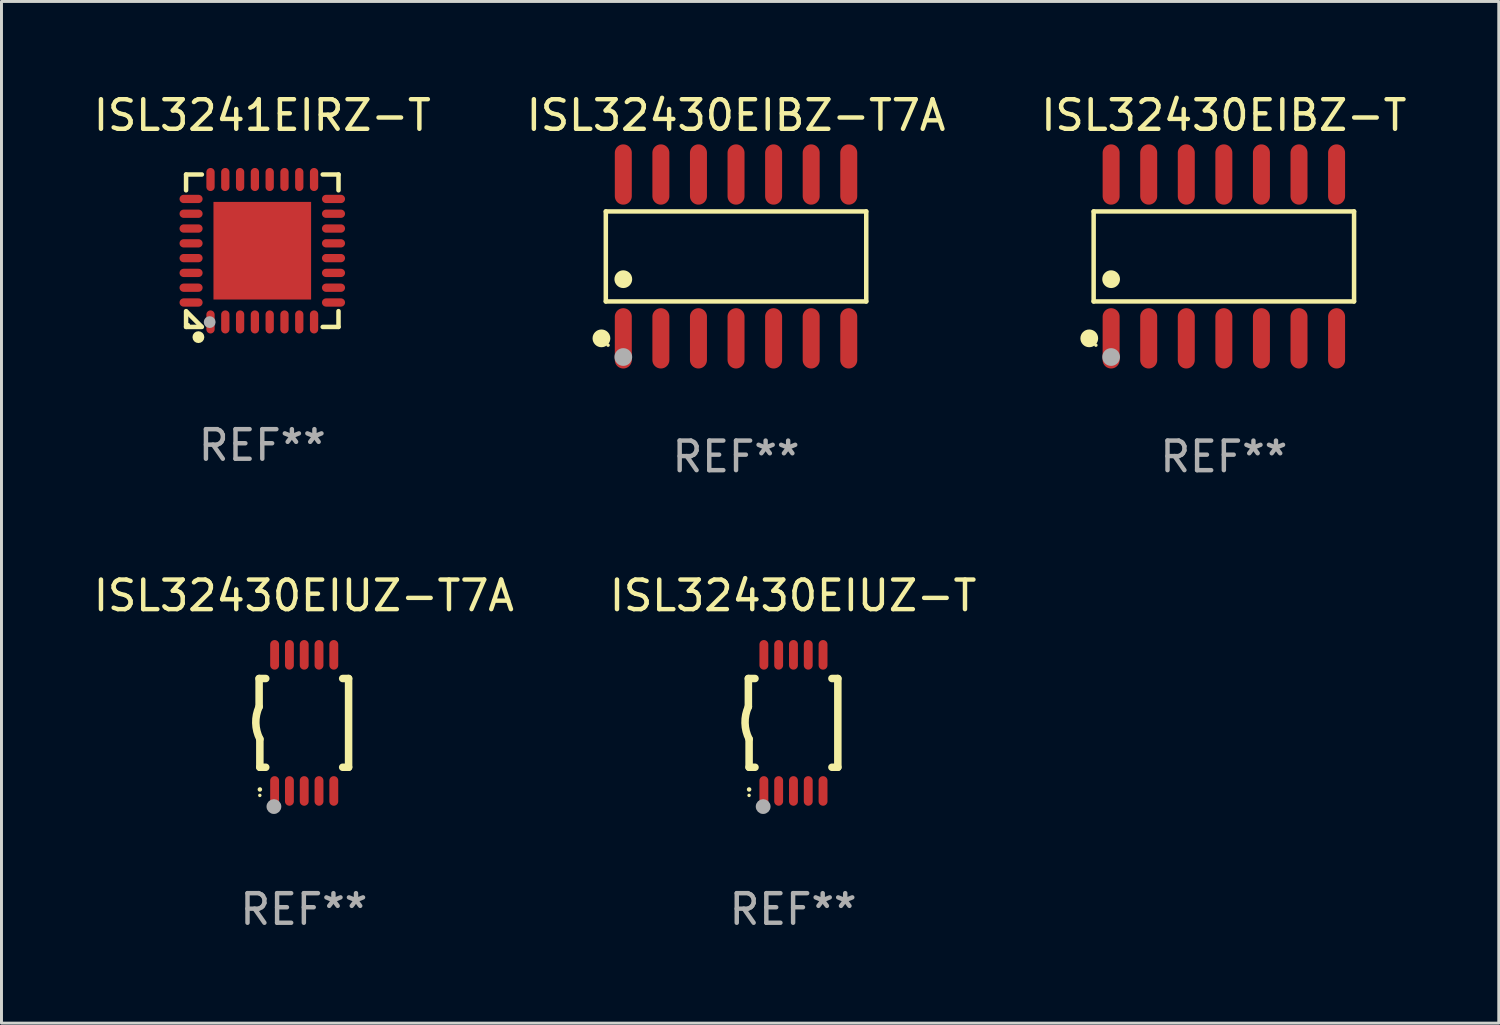
<source format=kicad_pcb>
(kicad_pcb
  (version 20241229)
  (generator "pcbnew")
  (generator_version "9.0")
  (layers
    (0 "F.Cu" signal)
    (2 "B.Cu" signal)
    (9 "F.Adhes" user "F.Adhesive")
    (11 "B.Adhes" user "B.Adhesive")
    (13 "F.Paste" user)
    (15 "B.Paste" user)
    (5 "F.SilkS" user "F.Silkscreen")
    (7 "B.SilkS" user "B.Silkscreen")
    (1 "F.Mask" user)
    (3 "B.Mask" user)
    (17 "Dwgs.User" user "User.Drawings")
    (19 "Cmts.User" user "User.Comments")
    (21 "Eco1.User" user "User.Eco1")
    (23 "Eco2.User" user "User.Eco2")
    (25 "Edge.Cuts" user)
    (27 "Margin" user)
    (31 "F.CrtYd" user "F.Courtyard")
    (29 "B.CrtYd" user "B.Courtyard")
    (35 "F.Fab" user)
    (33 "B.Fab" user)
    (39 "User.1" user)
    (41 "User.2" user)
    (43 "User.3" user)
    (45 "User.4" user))
  (footprint "ISL32430EIBZ-T7A"
    (layer "F.Cu")
    (at 21.827 5.617)
    (property "Reference" "ISL32430EIBZ-T7A" (at 0 -4.769 0) (layer "F.SilkS") (effects (font (size 1 1) (thickness 0.15))))
    (attr through_hole)
    (fp_line (start -4.401 -1.521) (end 4.401 -1.521) (stroke (width 0.152) (type solid)) (layer "F.SilkS"))
    (fp_line (start -4.401 1.521) (end -4.401 -1.521) (stroke (width 0.152) (type solid)) (layer "F.SilkS"))
    (fp_line (start 4.401 -1.521) (end 4.401 1.521) (stroke (width 0.152) (type solid)) (layer "F.SilkS"))
    (fp_line (start 4.401 1.521) (end -4.401 1.521) (stroke (width 0.152) (type solid)) (layer "F.SilkS"))
    (fp_circle (center -4.549 2.769) (end -4.399 2.769) (stroke (width 0.3) (type solid)) (fill no) (layer "F.SilkS"))
    (fp_circle (center -4.325 3) (end -4.295 3) (stroke (width 0.06) (type solid)) (fill no) (layer "F.SilkS"))
    (fp_circle (center -3.81 0.769) (end -3.66 0.769) (stroke (width 0.3) (type solid)) (fill no) (layer "F.SilkS"))
    (fp_circle (center -3.81 3.4) (end -3.66 3.4) (stroke (width 0.3) (type solid)) (fill no) (layer "F.Fab"))
    (fp_text user "REF**" (at 0 6.769 0) (layer "F.Fab") (effects (font (size 1 1) (thickness 0.15))))
    (pad "1" smd oval (at -3.81 2.769) (size 0.574 2.038) (layers "F.Cu" "F.Mask" "F.Paste"))
    (pad "2" smd oval (at -2.54 2.769) (size 0.574 2.038) (layers "F.Cu" "F.Mask" "F.Paste"))
    (pad "3" smd oval (at -1.27 2.769) (size 0.574 2.038) (layers "F.Cu" "F.Mask" "F.Paste"))
    (pad "4" smd oval (at 0 2.769) (size 0.574 2.038) (layers "F.Cu" "F.Mask" "F.Paste"))
    (pad "5" smd oval (at 1.27 2.769) (size 0.574 2.038) (layers "F.Cu" "F.Mask" "F.Paste"))
    (pad "6" smd oval (at 2.54 2.769) (size 0.574 2.038) (layers "F.Cu" "F.Mask" "F.Paste"))
    (pad "7" smd oval (at 3.81 2.769) (size 0.574 2.038) (layers "F.Cu" "F.Mask" "F.Paste"))
    (pad "8" smd oval (at 3.81 -2.769) (size 0.574 2.038) (layers "F.Cu" "F.Mask" "F.Paste"))
    (pad "9" smd oval (at 2.54 -2.769) (size 0.574 2.038) (layers "F.Cu" "F.Mask" "F.Paste"))
    (pad "10" smd oval (at 1.27 -2.769) (size 0.574 2.038) (layers "F.Cu" "F.Mask" "F.Paste"))
    (pad "11" smd oval (at 0 -2.769) (size 0.574 2.038) (layers "F.Cu" "F.Mask" "F.Paste"))
    (pad "12" smd oval (at -1.27 -2.769) (size 0.574 2.038) (layers "F.Cu" "F.Mask" "F.Paste"))
    (pad "13" smd oval (at -2.54 -2.769) (size 0.574 2.038) (layers "F.Cu" "F.Mask" "F.Paste"))
    (pad "14" smd oval (at -3.81 -2.769) (size 0.574 2.038) (layers "F.Cu" "F.Mask" "F.Paste")))
  (footprint "ISL32430EIUZ-T7A"
    (layer "F.Cu")
    (at 7.22 21.383)
    (property "Reference" "ISL32430EIUZ-T7A" (at 0 -4.3 0) (layer "F.SilkS") (effects (font (size 1 1) (thickness 0.15))))
    (attr through_hole)
    (fp_line (start -1.512 -1.5) (end -1.512 -0.546) (stroke (width 0.254) (type solid)) (layer "F.SilkS"))
    (fp_line (start -1.487 0.546) (end -1.487 1.5) (stroke (width 0.254) (type solid)) (layer "F.SilkS"))
    (fp_line (start -1.288 -1.5) (end -1.512 -1.5) (stroke (width 0.254) (type solid)) (layer "F.SilkS"))
    (fp_line (start -1.288 1.5) (end -1.487 1.5) (stroke (width 0.254) (type solid)) (layer "F.SilkS"))
    (fp_line (start 1.512 -1.5) (end 1.312 -1.5) (stroke (width 0.254) (type solid)) (layer "F.SilkS"))
    (fp_line (start 1.512 -1.5) (end 1.512 1.5) (stroke (width 0.254) (type solid)) (layer "F.SilkS"))
    (fp_line (start 1.512 1.5) (end 1.312 1.5) (stroke (width 0.254) (type solid)) (layer "F.SilkS"))
    (fp_arc (start -1.487998 2.250013) (mid -1.486728 2.250007) (end -1.485458 2.250013) (stroke (width 0.150013) (type solid)) (layer "F.SilkS"))
    (fp_arc (start -1.486602 0.546102) (mid -1.624196 0.002905) (end -1.512002 -0.546101) (stroke (width 0.254001) (type solid)) (layer "F.SilkS"))
    (fp_circle (center -1.488 2.45) (end -1.458 2.45) (stroke (width 0.06) (type solid)) (fill no) (layer "F.SilkS"))
    (fp_circle (center -1.012 2.828) (end -0.887 2.828) (stroke (width 0.25) (type solid)) (fill no) (layer "F.Fab"))
    (fp_text user "REF**" (at 0 6.3 0) (layer "F.Fab") (effects (font (size 1 1) (thickness 0.15))))
    (pad "1" smd oval (at -0.988 2.3) (size 0.3 1) (layers "F.Cu" "F.Mask" "F.Paste"))
    (pad "2" smd oval (at -0.488 2.3) (size 0.3 1) (layers "F.Cu" "F.Mask" "F.Paste"))
    (pad "3" smd oval (at 0.012 2.3) (size 0.3 1) (layers "F.Cu" "F.Mask" "F.Paste"))
    (pad "4" smd oval (at 0.512 2.3) (size 0.3 1) (layers "F.Cu" "F.Mask" "F.Paste"))
    (pad "5" smd oval (at 1.012 2.3) (size 0.3 1) (layers "F.Cu" "F.Mask" "F.Paste"))
    (pad "6" smd oval (at 1.012 -2.3) (size 0.3 1) (layers "F.Cu" "F.Mask" "F.Paste"))
    (pad "7" smd oval (at 0.512 -2.3) (size 0.3 1) (layers "F.Cu" "F.Mask" "F.Paste"))
    (pad "8" smd oval (at 0.012 -2.3) (size 0.3 1) (layers "F.Cu" "F.Mask" "F.Paste"))
    (pad "9" smd oval (at -0.488 -2.3) (size 0.3 1) (layers "F.Cu" "F.Mask" "F.Paste"))
    (pad "10" smd oval (at -0.988 -2.3) (size 0.3 1) (layers "F.Cu" "F.Mask" "F.Paste")))
  (footprint "ISL32430EIUZ-T"
    (layer "F.Cu")
    (at 23.756 21.383)
    (property "Reference" "ISL32430EIUZ-T" (at 0 -4.3 0) (layer "F.SilkS") (effects (font (size 1 1) (thickness 0.15))))
    (attr through_hole)
    (fp_line (start -1.512 -1.5) (end -1.512 -0.546) (stroke (width 0.254) (type solid)) (layer "F.SilkS"))
    (fp_line (start -1.487 0.546) (end -1.487 1.5) (stroke (width 0.254) (type solid)) (layer "F.SilkS"))
    (fp_line (start -1.288 -1.5) (end -1.512 -1.5) (stroke (width 0.254) (type solid)) (layer "F.SilkS"))
    (fp_line (start -1.288 1.5) (end -1.487 1.5) (stroke (width 0.254) (type solid)) (layer "F.SilkS"))
    (fp_line (start 1.512 -1.5) (end 1.312 -1.5) (stroke (width 0.254) (type solid)) (layer "F.SilkS"))
    (fp_line (start 1.512 -1.5) (end 1.512 1.5) (stroke (width 0.254) (type solid)) (layer "F.SilkS"))
    (fp_line (start 1.512 1.5) (end 1.312 1.5) (stroke (width 0.254) (type solid)) (layer "F.SilkS"))
    (fp_arc (start -1.487998 2.250013) (mid -1.486728 2.250007) (end -1.485458 2.250013) (stroke (width 0.150013) (type solid)) (layer "F.SilkS"))
    (fp_arc (start -1.486602 0.546102) (mid -1.624196 0.002905) (end -1.512002 -0.546101) (stroke (width 0.254001) (type solid)) (layer "F.SilkS"))
    (fp_circle (center -1.488 2.45) (end -1.458 2.45) (stroke (width 0.06) (type solid)) (fill no) (layer "F.SilkS"))
    (fp_circle (center -1.012 2.828) (end -0.887 2.828) (stroke (width 0.25) (type solid)) (fill no) (layer "F.Fab"))
    (fp_text user "REF**" (at 0 6.3 0) (layer "F.Fab") (effects (font (size 1 1) (thickness 0.15))))
    (pad "1" smd oval (at -0.988 2.3) (size 0.3 1) (layers "F.Cu" "F.Mask" "F.Paste"))
    (pad "2" smd oval (at -0.488 2.3) (size 0.3 1) (layers "F.Cu" "F.Mask" "F.Paste"))
    (pad "3" smd oval (at 0.012 2.3) (size 0.3 1) (layers "F.Cu" "F.Mask" "F.Paste"))
    (pad "4" smd oval (at 0.512 2.3) (size 0.3 1) (layers "F.Cu" "F.Mask" "F.Paste"))
    (pad "5" smd oval (at 1.012 2.3) (size 0.3 1) (layers "F.Cu" "F.Mask" "F.Paste"))
    (pad "6" smd oval (at 1.012 -2.3) (size 0.3 1) (layers "F.Cu" "F.Mask" "F.Paste"))
    (pad "7" smd oval (at 0.512 -2.3) (size 0.3 1) (layers "F.Cu" "F.Mask" "F.Paste"))
    (pad "8" smd oval (at 0.012 -2.3) (size 0.3 1) (layers "F.Cu" "F.Mask" "F.Paste"))
    (pad "9" smd oval (at -0.488 -2.3) (size 0.3 1) (layers "F.Cu" "F.Mask" "F.Paste"))
    (pad "10" smd oval (at -0.988 -2.3) (size 0.3 1) (layers "F.Cu" "F.Mask" "F.Paste")))
  (footprint "ISL3241EIRZ-T"
    (layer "F.Cu")
    (at 5.815 5.424)
    (property "Reference" "ISL3241EIRZ-T" (at 0 -4.576 0) (layer "F.SilkS") (effects (font (size 1 1) (thickness 0.15))))
    (attr through_hole)
    (fp_line (start -2.576 -2.576) (end -2.576 -2.042) (stroke (width 0.152) (type solid)) (layer "F.SilkS"))
    (fp_line (start -2.576 2.576) (end -2.576 2.042) (stroke (width 0.152) (type solid)) (layer "F.SilkS"))
    (fp_line (start -2.549 2.069) (end -2.069 2.549) (stroke (width 0.152) (type solid)) (layer "F.SilkS"))
    (fp_line (start -2.042 -2.576) (end -2.576 -2.576) (stroke (width 0.152) (type solid)) (layer "F.SilkS"))
    (fp_line (start -2.042 2.576) (end -2.576 2.576) (stroke (width 0.152) (type solid)) (layer "F.SilkS"))
    (fp_line (start 2.042 -2.576) (end 2.576 -2.576) (stroke (width 0.152) (type solid)) (layer "F.SilkS"))
    (fp_line (start 2.042 2.576) (end 2.576 2.576) (stroke (width 0.152) (type solid)) (layer "F.SilkS"))
    (fp_line (start 2.576 -2.576) (end 2.576 -2.042) (stroke (width 0.152) (type solid)) (layer "F.SilkS"))
    (fp_line (start 2.576 2.576) (end 2.576 2.042) (stroke (width 0.152) (type solid)) (layer "F.SilkS"))
    (fp_circle (center -2.5 2.5) (end -2.47 2.5) (stroke (width 0.06) (type solid)) (fill no) (layer "F.SilkS"))
    (fp_circle (center -2.159 2.921) (end -2.059 2.921) (stroke (width 0.2) (type solid)) (fill no) (layer "F.SilkS"))
    (fp_circle (center -1.778 2.413) (end -1.678 2.413) (stroke (width 0.2) (type solid)) (fill no) (layer "F.Fab"))
    (fp_text user "REF**" (at 0 6.576 0) (layer "F.Fab") (effects (font (size 1 1) (thickness 0.15))))
    (pad "1" smd oval (at -1.75 2.407 90) (size 0.78 0.28) (layers "F.Cu" "F.Mask" "F.Paste"))
    (pad "2" smd oval (at -1.25 2.407 90) (size 0.78 0.28) (layers "F.Cu" "F.Mask" "F.Paste"))
    (pad "3" smd oval (at -0.75 2.407 90) (size 0.78 0.28) (layers "F.Cu" "F.Mask" "F.Paste"))
    (pad "4" smd oval (at -0.25 2.407 90) (size 0.78 0.28) (layers "F.Cu" "F.Mask" "F.Paste"))
    (pad "5" smd oval (at 0.25 2.407 90) (size 0.78 0.28) (layers "F.Cu" "F.Mask" "F.Paste"))
    (pad "6" smd oval (at 0.75 2.407 90) (size 0.78 0.28) (layers "F.Cu" "F.Mask" "F.Paste"))
    (pad "7" smd oval (at 1.25 2.407 90) (size 0.78 0.28) (layers "F.Cu" "F.Mask" "F.Paste"))
    (pad "8" smd oval (at 1.75 2.407 90) (size 0.78 0.28) (layers "F.Cu" "F.Mask" "F.Paste"))
    (pad "9" smd oval (at 2.407 1.75 90) (size 0.28 0.78) (layers "F.Cu" "F.Mask" "F.Paste"))
    (pad "10" smd oval (at 2.407 1.25 90) (size 0.28 0.78) (layers "F.Cu" "F.Mask" "F.Paste"))
    (pad "11" smd oval (at 2.407 0.75 90) (size 0.28 0.78) (layers "F.Cu" "F.Mask" "F.Paste"))
    (pad "12" smd oval (at 2.407 0.25 90) (size 0.28 0.78) (layers "F.Cu" "F.Mask" "F.Paste"))
    (pad "13" smd oval (at 2.407 -0.25 90) (size 0.28 0.78) (layers "F.Cu" "F.Mask" "F.Paste"))
    (pad "14" smd oval (at 2.407 -0.75 90) (size 0.28 0.78) (layers "F.Cu" "F.Mask" "F.Paste"))
    (pad "15" smd oval (at 2.407 -1.25 90) (size 0.28 0.78) (layers "F.Cu" "F.Mask" "F.Paste"))
    (pad "16" smd oval (at 2.407 -1.75 90) (size 0.28 0.78) (layers "F.Cu" "F.Mask" "F.Paste"))
    (pad "17" smd oval (at 1.75 -2.407 90) (size 0.78 0.28) (layers "F.Cu" "F.Mask" "F.Paste"))
    (pad "18" smd oval (at 1.25 -2.407 90) (size 0.78 0.28) (layers "F.Cu" "F.Mask" "F.Paste"))
    (pad "19" smd oval (at 0.75 -2.407 90) (size 0.78 0.28) (layers "F.Cu" "F.Mask" "F.Paste"))
    (pad "20" smd oval (at 0.25 -2.407 90) (size 0.78 0.28) (layers "F.Cu" "F.Mask" "F.Paste"))
    (pad "21" smd oval (at -0.25 -2.407 90) (size 0.78 0.28) (layers "F.Cu" "F.Mask" "F.Paste"))
    (pad "22" smd oval (at -0.75 -2.407 90) (size 0.78 0.28) (layers "F.Cu" "F.Mask" "F.Paste"))
    (pad "23" smd oval (at -1.25 -2.407 90) (size 0.78 0.28) (layers "F.Cu" "F.Mask" "F.Paste"))
    (pad "24" smd oval (at -1.75 -2.407 90) (size 0.78 0.28) (layers "F.Cu" "F.Mask" "F.Paste"))
    (pad "25" smd oval (at -2.407 -1.75 90) (size 0.28 0.78) (layers "F.Cu" "F.Mask" "F.Paste"))
    (pad "26" smd oval (at -2.407 -1.25 90) (size 0.28 0.78) (layers "F.Cu" "F.Mask" "F.Paste"))
    (pad "27" smd oval (at -2.407 -0.75 90) (size 0.28 0.78) (layers "F.Cu" "F.Mask" "F.Paste"))
    (pad "28" smd oval (at -2.407 -0.25 90) (size 0.28 0.78) (layers "F.Cu" "F.Mask" "F.Paste"))
    (pad "29" smd oval (at -2.407 0.25 90) (size 0.28 0.78) (layers "F.Cu" "F.Mask" "F.Paste"))
    (pad "30" smd oval (at -2.407 0.75 90) (size 0.28 0.78) (layers "F.Cu" "F.Mask" "F.Paste"))
    (pad "31" smd oval (at -2.407 1.25 90) (size 0.28 0.78) (layers "F.Cu" "F.Mask" "F.Paste"))
    (pad "32" smd oval (at -2.407 1.75 90) (size 0.28 0.78) (layers "F.Cu" "F.Mask" "F.Paste"))
    (pad "33" smd rect (at 0 0 90) (size 3.3 3.3) (layers "F.Cu" "F.Mask" "F.Paste")))
  (footprint "ISL32430EIBZ-T"
    (layer "F.Cu")
    (at 38.315 5.617)
    (property "Reference" "ISL32430EIBZ-T" (at 0 -4.769 0) (layer "F.SilkS") (effects (font (size 1 1) (thickness 0.15))))
    (attr through_hole)
    (fp_line (start -4.401 -1.521) (end 4.401 -1.521) (stroke (width 0.152) (type solid)) (layer "F.SilkS"))
    (fp_line (start -4.401 1.521) (end -4.401 -1.521) (stroke (width 0.152) (type solid)) (layer "F.SilkS"))
    (fp_line (start 4.401 -1.521) (end 4.401 1.521) (stroke (width 0.152) (type solid)) (layer "F.SilkS"))
    (fp_line (start 4.401 1.521) (end -4.401 1.521) (stroke (width 0.152) (type solid)) (layer "F.SilkS"))
    (fp_circle (center -4.549 2.769) (end -4.399 2.769) (stroke (width 0.3) (type solid)) (fill no) (layer "F.SilkS"))
    (fp_circle (center -4.325 3) (end -4.295 3) (stroke (width 0.06) (type solid)) (fill no) (layer "F.SilkS"))
    (fp_circle (center -3.81 0.769) (end -3.66 0.769) (stroke (width 0.3) (type solid)) (fill no) (layer "F.SilkS"))
    (fp_circle (center -3.81 3.4) (end -3.66 3.4) (stroke (width 0.3) (type solid)) (fill no) (layer "F.Fab"))
    (fp_text user "REF**" (at 0 6.769 0) (layer "F.Fab") (effects (font (size 1 1) (thickness 0.15))))
    (pad "1" smd oval (at -3.81 2.769) (size 0.574 2.038) (layers "F.Cu" "F.Mask" "F.Paste"))
    (pad "2" smd oval (at -2.54 2.769) (size 0.574 2.038) (layers "F.Cu" "F.Mask" "F.Paste"))
    (pad "3" smd oval (at -1.27 2.769) (size 0.574 2.038) (layers "F.Cu" "F.Mask" "F.Paste"))
    (pad "4" smd oval (at 0 2.769) (size 0.574 2.038) (layers "F.Cu" "F.Mask" "F.Paste"))
    (pad "5" smd oval (at 1.27 2.769) (size 0.574 2.038) (layers "F.Cu" "F.Mask" "F.Paste"))
    (pad "6" smd oval (at 2.54 2.769) (size 0.574 2.038) (layers "F.Cu" "F.Mask" "F.Paste"))
    (pad "7" smd oval (at 3.81 2.769) (size 0.574 2.038) (layers "F.Cu" "F.Mask" "F.Paste"))
    (pad "8" smd oval (at 3.81 -2.769) (size 0.574 2.038) (layers "F.Cu" "F.Mask" "F.Paste"))
    (pad "9" smd oval (at 2.54 -2.769) (size 0.574 2.038) (layers "F.Cu" "F.Mask" "F.Paste"))
    (pad "10" smd oval (at 1.27 -2.769) (size 0.574 2.038) (layers "F.Cu" "F.Mask" "F.Paste"))
    (pad "11" smd oval (at 0 -2.769) (size 0.574 2.038) (layers "F.Cu" "F.Mask" "F.Paste"))
    (pad "12" smd oval (at -1.27 -2.769) (size 0.574 2.038) (layers "F.Cu" "F.Mask" "F.Paste"))
    (pad "13" smd oval (at -2.54 -2.769) (size 0.574 2.038) (layers "F.Cu" "F.Mask" "F.Paste"))
    (pad "14" smd oval (at -3.81 -2.769) (size 0.574 2.038) (layers "F.Cu" "F.Mask" "F.Paste")))
  (gr_rect
    (start -3 -3)
    (end 47.607 31.531)
    (stroke (width 0.1) (type default))
    (fill no)
    (layer "Edge.Cuts")))
</source>
